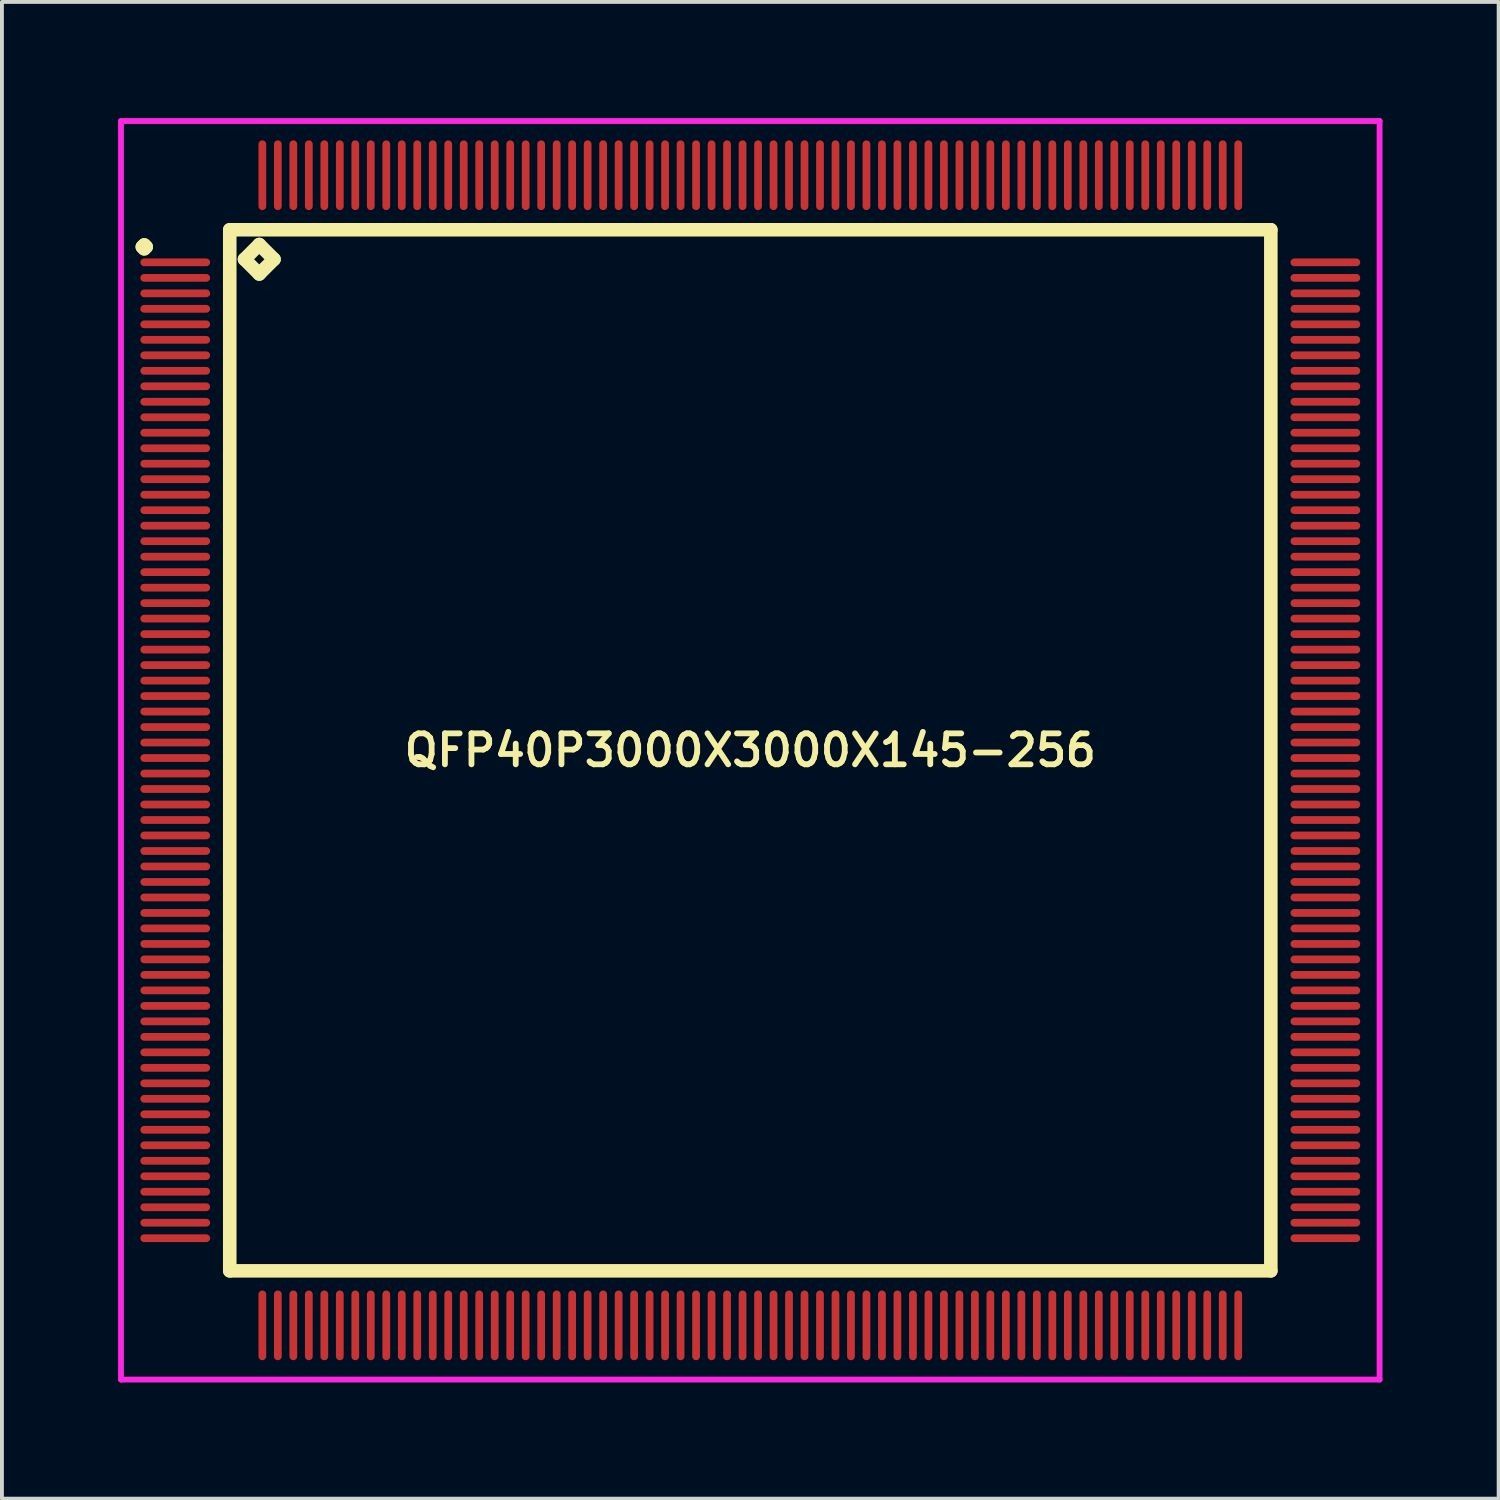
<source format=kicad_pcb>
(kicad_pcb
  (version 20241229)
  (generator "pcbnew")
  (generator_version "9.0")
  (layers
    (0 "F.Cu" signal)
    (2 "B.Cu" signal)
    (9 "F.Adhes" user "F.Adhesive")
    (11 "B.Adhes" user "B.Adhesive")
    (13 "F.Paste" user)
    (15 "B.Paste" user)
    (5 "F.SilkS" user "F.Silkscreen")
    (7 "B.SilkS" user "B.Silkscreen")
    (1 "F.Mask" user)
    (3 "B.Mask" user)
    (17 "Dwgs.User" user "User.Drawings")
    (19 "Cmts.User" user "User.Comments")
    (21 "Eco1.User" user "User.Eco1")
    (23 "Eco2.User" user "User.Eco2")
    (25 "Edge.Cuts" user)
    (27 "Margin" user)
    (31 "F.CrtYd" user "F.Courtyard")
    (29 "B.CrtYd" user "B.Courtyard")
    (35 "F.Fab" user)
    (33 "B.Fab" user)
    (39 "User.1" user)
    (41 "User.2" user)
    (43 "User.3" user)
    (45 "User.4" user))
  (footprint "QFP40P3000X3000X145-256"
    (layer "F.Cu")
    (at 16.325 16.325)
    (property "Reference" "QFP40P3000X3000X145-256" (at 0 0 0) (layer "F.SilkS") (effects (font (size 0.8 0.8) (thickness 0.15))))
    (attr through_hole)
    (fp_line (start -15.7 -13) (end -15.65 -13.05) (stroke (width 0.35) (type solid)) (layer "F.SilkS"))
    (fp_line (start -15.65 -13.05) (end -15.6 -13) (stroke (width 0.35) (type solid)) (layer "F.SilkS"))
    (fp_line (start -15.65 -12.95) (end -15.7 -13) (stroke (width 0.35) (type solid)) (layer "F.SilkS"))
    (fp_line (start -15.6 -13) (end -15.65 -12.95) (stroke (width 0.35) (type solid)) (layer "F.SilkS"))
    (fp_line (start -13.442 -13.442) (end -13.442 13.442) (stroke (width 0.35) (type solid)) (layer "F.SilkS"))
    (fp_line (start -13.442 13.442) (end 13.442 13.442) (stroke (width 0.35) (type solid)) (layer "F.SilkS"))
    (fp_line (start -13.061 -12.68) (end -12.68 -13.061) (stroke (width 0.35) (type solid)) (layer "F.SilkS"))
    (fp_line (start -12.68 -13.061) (end -12.299 -12.68) (stroke (width 0.35) (type solid)) (layer "F.SilkS"))
    (fp_line (start -12.68 -12.299) (end -13.061 -12.68) (stroke (width 0.35) (type solid)) (layer "F.SilkS"))
    (fp_line (start -12.299 -12.68) (end -12.68 -12.299) (stroke (width 0.35) (type solid)) (layer "F.SilkS"))
    (fp_line (start 13.442 -13.442) (end -13.442 -13.442) (stroke (width 0.35) (type solid)) (layer "F.SilkS"))
    (fp_line (start 13.442 13.442) (end 13.442 -13.442) (stroke (width 0.35) (type solid)) (layer "F.SilkS"))
    (fp_line (start -16.25 -16.25) (end 16.25 -16.25) (stroke (width 0.15) (type solid)) (layer "F.CrtYd"))
    (fp_line (start -16.25 16.25) (end -16.25 -16.25) (stroke (width 0.15) (type solid)) (layer "F.CrtYd"))
    (fp_line (start 16.25 -16.25) (end 16.25 16.25) (stroke (width 0.15) (type solid)) (layer "F.CrtYd"))
    (fp_line (start 16.25 16.25) (end -16.25 16.25) (stroke (width 0.15) (type solid)) (layer "F.CrtYd"))
    (pad "1" smd oval (at -14.85 -12.6) (size 1.8 0.2) (layers "F.Cu" "F.Mask" "F.Paste"))
    (pad "2" smd oval (at -14.85 -12.2) (size 1.8 0.2) (layers "F.Cu" "F.Mask" "F.Paste"))
    (pad "3" smd oval (at -14.85 -11.8) (size 1.8 0.2) (layers "F.Cu" "F.Mask" "F.Paste"))
    (pad "4" smd oval (at -14.85 -11.4) (size 1.8 0.2) (layers "F.Cu" "F.Mask" "F.Paste"))
    (pad "5" smd oval (at -14.85 -11) (size 1.8 0.2) (layers "F.Cu" "F.Mask" "F.Paste"))
    (pad "6" smd oval (at -14.85 -10.6) (size 1.8 0.2) (layers "F.Cu" "F.Mask" "F.Paste"))
    (pad "7" smd oval (at -14.85 -10.2) (size 1.8 0.2) (layers "F.Cu" "F.Mask" "F.Paste"))
    (pad "8" smd oval (at -14.85 -9.8) (size 1.8 0.2) (layers "F.Cu" "F.Mask" "F.Paste"))
    (pad "9" smd oval (at -14.85 -9.4) (size 1.8 0.2) (layers "F.Cu" "F.Mask" "F.Paste"))
    (pad "10" smd oval (at -14.85 -9) (size 1.8 0.2) (layers "F.Cu" "F.Mask" "F.Paste"))
    (pad "11" smd oval (at -14.85 -8.6) (size 1.8 0.2) (layers "F.Cu" "F.Mask" "F.Paste"))
    (pad "12" smd oval (at -14.85 -8.2) (size 1.8 0.2) (layers "F.Cu" "F.Mask" "F.Paste"))
    (pad "13" smd oval (at -14.85 -7.8) (size 1.8 0.2) (layers "F.Cu" "F.Mask" "F.Paste"))
    (pad "14" smd oval (at -14.85 -7.4) (size 1.8 0.2) (layers "F.Cu" "F.Mask" "F.Paste"))
    (pad "15" smd oval (at -14.85 -7) (size 1.8 0.2) (layers "F.Cu" "F.Mask" "F.Paste"))
    (pad "16" smd oval (at -14.85 -6.6) (size 1.8 0.2) (layers "F.Cu" "F.Mask" "F.Paste"))
    (pad "17" smd oval (at -14.85 -6.2) (size 1.8 0.2) (layers "F.Cu" "F.Mask" "F.Paste"))
    (pad "18" smd oval (at -14.85 -5.8) (size 1.8 0.2) (layers "F.Cu" "F.Mask" "F.Paste"))
    (pad "19" smd oval (at -14.85 -5.4) (size 1.8 0.2) (layers "F.Cu" "F.Mask" "F.Paste"))
    (pad "20" smd oval (at -14.85 -5) (size 1.8 0.2) (layers "F.Cu" "F.Mask" "F.Paste"))
    (pad "21" smd oval (at -14.85 -4.6) (size 1.8 0.2) (layers "F.Cu" "F.Mask" "F.Paste"))
    (pad "22" smd oval (at -14.85 -4.2) (size 1.8 0.2) (layers "F.Cu" "F.Mask" "F.Paste"))
    (pad "23" smd oval (at -14.85 -3.8) (size 1.8 0.2) (layers "F.Cu" "F.Mask" "F.Paste"))
    (pad "24" smd oval (at -14.85 -3.4) (size 1.8 0.2) (layers "F.Cu" "F.Mask" "F.Paste"))
    (pad "25" smd oval (at -14.85 -3) (size 1.8 0.2) (layers "F.Cu" "F.Mask" "F.Paste"))
    (pad "26" smd oval (at -14.85 -2.6) (size 1.8 0.2) (layers "F.Cu" "F.Mask" "F.Paste"))
    (pad "27" smd oval (at -14.85 -2.2) (size 1.8 0.2) (layers "F.Cu" "F.Mask" "F.Paste"))
    (pad "28" smd oval (at -14.85 -1.8) (size 1.8 0.2) (layers "F.Cu" "F.Mask" "F.Paste"))
    (pad "29" smd oval (at -14.85 -1.4) (size 1.8 0.2) (layers "F.Cu" "F.Mask" "F.Paste"))
    (pad "30" smd oval (at -14.85 -1) (size 1.8 0.2) (layers "F.Cu" "F.Mask" "F.Paste"))
    (pad "31" smd oval (at -14.85 -0.6) (size 1.8 0.2) (layers "F.Cu" "F.Mask" "F.Paste"))
    (pad "32" smd oval (at -14.85 -0.2) (size 1.8 0.2) (layers "F.Cu" "F.Mask" "F.Paste"))
    (pad "33" smd oval (at -14.85 0.2) (size 1.8 0.2) (layers "F.Cu" "F.Mask" "F.Paste"))
    (pad "34" smd oval (at -14.85 0.6) (size 1.8 0.2) (layers "F.Cu" "F.Mask" "F.Paste"))
    (pad "35" smd oval (at -14.85 1) (size 1.8 0.2) (layers "F.Cu" "F.Mask" "F.Paste"))
    (pad "36" smd oval (at -14.85 1.4) (size 1.8 0.2) (layers "F.Cu" "F.Mask" "F.Paste"))
    (pad "37" smd oval (at -14.85 1.8) (size 1.8 0.2) (layers "F.Cu" "F.Mask" "F.Paste"))
    (pad "38" smd oval (at -14.85 2.2) (size 1.8 0.2) (layers "F.Cu" "F.Mask" "F.Paste"))
    (pad "39" smd oval (at -14.85 2.6) (size 1.8 0.2) (layers "F.Cu" "F.Mask" "F.Paste"))
    (pad "40" smd oval (at -14.85 3) (size 1.8 0.2) (layers "F.Cu" "F.Mask" "F.Paste"))
    (pad "41" smd oval (at -14.85 3.4) (size 1.8 0.2) (layers "F.Cu" "F.Mask" "F.Paste"))
    (pad "42" smd oval (at -14.85 3.8) (size 1.8 0.2) (layers "F.Cu" "F.Mask" "F.Paste"))
    (pad "43" smd oval (at -14.85 4.2) (size 1.8 0.2) (layers "F.Cu" "F.Mask" "F.Paste"))
    (pad "44" smd oval (at -14.85 4.6) (size 1.8 0.2) (layers "F.Cu" "F.Mask" "F.Paste"))
    (pad "45" smd oval (at -14.85 5) (size 1.8 0.2) (layers "F.Cu" "F.Mask" "F.Paste"))
    (pad "46" smd oval (at -14.85 5.4) (size 1.8 0.2) (layers "F.Cu" "F.Mask" "F.Paste"))
    (pad "47" smd oval (at -14.85 5.8) (size 1.8 0.2) (layers "F.Cu" "F.Mask" "F.Paste"))
    (pad "48" smd oval (at -14.85 6.2) (size 1.8 0.2) (layers "F.Cu" "F.Mask" "F.Paste"))
    (pad "49" smd oval (at -14.85 6.6) (size 1.8 0.2) (layers "F.Cu" "F.Mask" "F.Paste"))
    (pad "50" smd oval (at -14.85 7) (size 1.8 0.2) (layers "F.Cu" "F.Mask" "F.Paste"))
    (pad "51" smd oval (at -14.85 7.4) (size 1.8 0.2) (layers "F.Cu" "F.Mask" "F.Paste"))
    (pad "52" smd oval (at -14.85 7.8) (size 1.8 0.2) (layers "F.Cu" "F.Mask" "F.Paste"))
    (pad "53" smd oval (at -14.85 8.2) (size 1.8 0.2) (layers "F.Cu" "F.Mask" "F.Paste"))
    (pad "54" smd oval (at -14.85 8.6) (size 1.8 0.2) (layers "F.Cu" "F.Mask" "F.Paste"))
    (pad "55" smd oval (at -14.85 9) (size 1.8 0.2) (layers "F.Cu" "F.Mask" "F.Paste"))
    (pad "56" smd oval (at -14.85 9.4) (size 1.8 0.2) (layers "F.Cu" "F.Mask" "F.Paste"))
    (pad "57" smd oval (at -14.85 9.8) (size 1.8 0.2) (layers "F.Cu" "F.Mask" "F.Paste"))
    (pad "58" smd oval (at -14.85 10.2) (size 1.8 0.2) (layers "F.Cu" "F.Mask" "F.Paste"))
    (pad "59" smd oval (at -14.85 10.6) (size 1.8 0.2) (layers "F.Cu" "F.Mask" "F.Paste"))
    (pad "60" smd oval (at -14.85 11) (size 1.8 0.2) (layers "F.Cu" "F.Mask" "F.Paste"))
    (pad "61" smd oval (at -14.85 11.4) (size 1.8 0.2) (layers "F.Cu" "F.Mask" "F.Paste"))
    (pad "62" smd oval (at -14.85 11.8) (size 1.8 0.2) (layers "F.Cu" "F.Mask" "F.Paste"))
    (pad "63" smd oval (at -14.85 12.2) (size 1.8 0.2) (layers "F.Cu" "F.Mask" "F.Paste"))
    (pad "64" smd oval (at -14.85 12.6) (size 1.8 0.2) (layers "F.Cu" "F.Mask" "F.Paste"))
    (pad "65" smd oval (at -12.6 14.85) (size 0.2 1.8) (layers "F.Cu" "F.Mask" "F.Paste"))
    (pad "66" smd oval (at -12.2 14.85) (size 0.2 1.8) (layers "F.Cu" "F.Mask" "F.Paste"))
    (pad "67" smd oval (at -11.8 14.85) (size 0.2 1.8) (layers "F.Cu" "F.Mask" "F.Paste"))
    (pad "68" smd oval (at -11.4 14.85) (size 0.2 1.8) (layers "F.Cu" "F.Mask" "F.Paste"))
    (pad "69" smd oval (at -11 14.85) (size 0.2 1.8) (layers "F.Cu" "F.Mask" "F.Paste"))
    (pad "70" smd oval (at -10.6 14.85) (size 0.2 1.8) (layers "F.Cu" "F.Mask" "F.Paste"))
    (pad "71" smd oval (at -10.2 14.85) (size 0.2 1.8) (layers "F.Cu" "F.Mask" "F.Paste"))
    (pad "72" smd oval (at -9.8 14.85) (size 0.2 1.8) (layers "F.Cu" "F.Mask" "F.Paste"))
    (pad "73" smd oval (at -9.4 14.85) (size 0.2 1.8) (layers "F.Cu" "F.Mask" "F.Paste"))
    (pad "74" smd oval (at -9 14.85) (size 0.2 1.8) (layers "F.Cu" "F.Mask" "F.Paste"))
    (pad "75" smd oval (at -8.6 14.85) (size 0.2 1.8) (layers "F.Cu" "F.Mask" "F.Paste"))
    (pad "76" smd oval (at -8.2 14.85) (size 0.2 1.8) (layers "F.Cu" "F.Mask" "F.Paste"))
    (pad "77" smd oval (at -7.8 14.85) (size 0.2 1.8) (layers "F.Cu" "F.Mask" "F.Paste"))
    (pad "78" smd oval (at -7.4 14.85) (size 0.2 1.8) (layers "F.Cu" "F.Mask" "F.Paste"))
    (pad "79" smd oval (at -7 14.85) (size 0.2 1.8) (layers "F.Cu" "F.Mask" "F.Paste"))
    (pad "80" smd oval (at -6.6 14.85) (size 0.2 1.8) (layers "F.Cu" "F.Mask" "F.Paste"))
    (pad "81" smd oval (at -6.2 14.85) (size 0.2 1.8) (layers "F.Cu" "F.Mask" "F.Paste"))
    (pad "82" smd oval (at -5.8 14.85) (size 0.2 1.8) (layers "F.Cu" "F.Mask" "F.Paste"))
    (pad "83" smd oval (at -5.4 14.85) (size 0.2 1.8) (layers "F.Cu" "F.Mask" "F.Paste"))
    (pad "84" smd oval (at -5 14.85) (size 0.2 1.8) (layers "F.Cu" "F.Mask" "F.Paste"))
    (pad "85" smd oval (at -4.6 14.85) (size 0.2 1.8) (layers "F.Cu" "F.Mask" "F.Paste"))
    (pad "86" smd oval (at -4.2 14.85) (size 0.2 1.8) (layers "F.Cu" "F.Mask" "F.Paste"))
    (pad "87" smd oval (at -3.8 14.85) (size 0.2 1.8) (layers "F.Cu" "F.Mask" "F.Paste"))
    (pad "88" smd oval (at -3.4 14.85) (size 0.2 1.8) (layers "F.Cu" "F.Mask" "F.Paste"))
    (pad "89" smd oval (at -3 14.85) (size 0.2 1.8) (layers "F.Cu" "F.Mask" "F.Paste"))
    (pad "90" smd oval (at -2.6 14.85) (size 0.2 1.8) (layers "F.Cu" "F.Mask" "F.Paste"))
    (pad "91" smd oval (at -2.2 14.85) (size 0.2 1.8) (layers "F.Cu" "F.Mask" "F.Paste"))
    (pad "92" smd oval (at -1.8 14.85) (size 0.2 1.8) (layers "F.Cu" "F.Mask" "F.Paste"))
    (pad "93" smd oval (at -1.4 14.85) (size 0.2 1.8) (layers "F.Cu" "F.Mask" "F.Paste"))
    (pad "94" smd oval (at -1 14.85) (size 0.2 1.8) (layers "F.Cu" "F.Mask" "F.Paste"))
    (pad "95" smd oval (at -0.6 14.85) (size 0.2 1.8) (layers "F.Cu" "F.Mask" "F.Paste"))
    (pad "96" smd oval (at -0.2 14.85) (size 0.2 1.8) (layers "F.Cu" "F.Mask" "F.Paste"))
    (pad "97" smd oval (at 0.2 14.85) (size 0.2 1.8) (layers "F.Cu" "F.Mask" "F.Paste"))
    (pad "98" smd oval (at 0.6 14.85) (size 0.2 1.8) (layers "F.Cu" "F.Mask" "F.Paste"))
    (pad "99" smd oval (at 1 14.85) (size 0.2 1.8) (layers "F.Cu" "F.Mask" "F.Paste"))
    (pad "100" smd oval (at 1.4 14.85) (size 0.2 1.8) (layers "F.Cu" "F.Mask" "F.Paste"))
    (pad "101" smd oval (at 1.8 14.85) (size 0.2 1.8) (layers "F.Cu" "F.Mask" "F.Paste"))
    (pad "102" smd oval (at 2.2 14.85) (size 0.2 1.8) (layers "F.Cu" "F.Mask" "F.Paste"))
    (pad "103" smd oval (at 2.6 14.85) (size 0.2 1.8) (layers "F.Cu" "F.Mask" "F.Paste"))
    (pad "104" smd oval (at 3 14.85) (size 0.2 1.8) (layers "F.Cu" "F.Mask" "F.Paste"))
    (pad "105" smd oval (at 3.4 14.85) (size 0.2 1.8) (layers "F.Cu" "F.Mask" "F.Paste"))
    (pad "106" smd oval (at 3.8 14.85) (size 0.2 1.8) (layers "F.Cu" "F.Mask" "F.Paste"))
    (pad "107" smd oval (at 4.2 14.85) (size 0.2 1.8) (layers "F.Cu" "F.Mask" "F.Paste"))
    (pad "108" smd oval (at 4.6 14.85) (size 0.2 1.8) (layers "F.Cu" "F.Mask" "F.Paste"))
    (pad "109" smd oval (at 5 14.85) (size 0.2 1.8) (layers "F.Cu" "F.Mask" "F.Paste"))
    (pad "110" smd oval (at 5.4 14.85) (size 0.2 1.8) (layers "F.Cu" "F.Mask" "F.Paste"))
    (pad "111" smd oval (at 5.8 14.85) (size 0.2 1.8) (layers "F.Cu" "F.Mask" "F.Paste"))
    (pad "112" smd oval (at 6.2 14.85) (size 0.2 1.8) (layers "F.Cu" "F.Mask" "F.Paste"))
    (pad "113" smd oval (at 6.6 14.85) (size 0.2 1.8) (layers "F.Cu" "F.Mask" "F.Paste"))
    (pad "114" smd oval (at 7 14.85) (size 0.2 1.8) (layers "F.Cu" "F.Mask" "F.Paste"))
    (pad "115" smd oval (at 7.4 14.85) (size 0.2 1.8) (layers "F.Cu" "F.Mask" "F.Paste"))
    (pad "116" smd oval (at 7.8 14.85) (size 0.2 1.8) (layers "F.Cu" "F.Mask" "F.Paste"))
    (pad "117" smd oval (at 8.2 14.85) (size 0.2 1.8) (layers "F.Cu" "F.Mask" "F.Paste"))
    (pad "118" smd oval (at 8.6 14.85) (size 0.2 1.8) (layers "F.Cu" "F.Mask" "F.Paste"))
    (pad "119" smd oval (at 9 14.85) (size 0.2 1.8) (layers "F.Cu" "F.Mask" "F.Paste"))
    (pad "120" smd oval (at 9.4 14.85) (size 0.2 1.8) (layers "F.Cu" "F.Mask" "F.Paste"))
    (pad "121" smd oval (at 9.8 14.85) (size 0.2 1.8) (layers "F.Cu" "F.Mask" "F.Paste"))
    (pad "122" smd oval (at 10.2 14.85) (size 0.2 1.8) (layers "F.Cu" "F.Mask" "F.Paste"))
    (pad "123" smd oval (at 10.6 14.85) (size 0.2 1.8) (layers "F.Cu" "F.Mask" "F.Paste"))
    (pad "124" smd oval (at 11 14.85) (size 0.2 1.8) (layers "F.Cu" "F.Mask" "F.Paste"))
    (pad "125" smd oval (at 11.4 14.85) (size 0.2 1.8) (layers "F.Cu" "F.Mask" "F.Paste"))
    (pad "126" smd oval (at 11.8 14.85) (size 0.2 1.8) (layers "F.Cu" "F.Mask" "F.Paste"))
    (pad "127" smd oval (at 12.2 14.85) (size 0.2 1.8) (layers "F.Cu" "F.Mask" "F.Paste"))
    (pad "128" smd oval (at 12.6 14.85) (size 0.2 1.8) (layers "F.Cu" "F.Mask" "F.Paste"))
    (pad "129" smd oval (at 14.85 12.6) (size 1.8 0.2) (layers "F.Cu" "F.Mask" "F.Paste"))
    (pad "130" smd oval (at 14.85 12.2) (size 1.8 0.2) (layers "F.Cu" "F.Mask" "F.Paste"))
    (pad "131" smd oval (at 14.85 11.8) (size 1.8 0.2) (layers "F.Cu" "F.Mask" "F.Paste"))
    (pad "132" smd oval (at 14.85 11.4) (size 1.8 0.2) (layers "F.Cu" "F.Mask" "F.Paste"))
    (pad "133" smd oval (at 14.85 11) (size 1.8 0.2) (layers "F.Cu" "F.Mask" "F.Paste"))
    (pad "134" smd oval (at 14.85 10.6) (size 1.8 0.2) (layers "F.Cu" "F.Mask" "F.Paste"))
    (pad "135" smd oval (at 14.85 10.2) (size 1.8 0.2) (layers "F.Cu" "F.Mask" "F.Paste"))
    (pad "136" smd oval (at 14.85 9.8) (size 1.8 0.2) (layers "F.Cu" "F.Mask" "F.Paste"))
    (pad "137" smd oval (at 14.85 9.4) (size 1.8 0.2) (layers "F.Cu" "F.Mask" "F.Paste"))
    (pad "138" smd oval (at 14.85 9) (size 1.8 0.2) (layers "F.Cu" "F.Mask" "F.Paste"))
    (pad "139" smd oval (at 14.85 8.6) (size 1.8 0.2) (layers "F.Cu" "F.Mask" "F.Paste"))
    (pad "140" smd oval (at 14.85 8.2) (size 1.8 0.2) (layers "F.Cu" "F.Mask" "F.Paste"))
    (pad "141" smd oval (at 14.85 7.8) (size 1.8 0.2) (layers "F.Cu" "F.Mask" "F.Paste"))
    (pad "142" smd oval (at 14.85 7.4) (size 1.8 0.2) (layers "F.Cu" "F.Mask" "F.Paste"))
    (pad "143" smd oval (at 14.85 7) (size 1.8 0.2) (layers "F.Cu" "F.Mask" "F.Paste"))
    (pad "144" smd oval (at 14.85 6.6) (size 1.8 0.2) (layers "F.Cu" "F.Mask" "F.Paste"))
    (pad "145" smd oval (at 14.85 6.2) (size 1.8 0.2) (layers "F.Cu" "F.Mask" "F.Paste"))
    (pad "146" smd oval (at 14.85 5.8) (size 1.8 0.2) (layers "F.Cu" "F.Mask" "F.Paste"))
    (pad "147" smd oval (at 14.85 5.4) (size 1.8 0.2) (layers "F.Cu" "F.Mask" "F.Paste"))
    (pad "148" smd oval (at 14.85 5) (size 1.8 0.2) (layers "F.Cu" "F.Mask" "F.Paste"))
    (pad "149" smd oval (at 14.85 4.6) (size 1.8 0.2) (layers "F.Cu" "F.Mask" "F.Paste"))
    (pad "150" smd oval (at 14.85 4.2) (size 1.8 0.2) (layers "F.Cu" "F.Mask" "F.Paste"))
    (pad "151" smd oval (at 14.85 3.8) (size 1.8 0.2) (layers "F.Cu" "F.Mask" "F.Paste"))
    (pad "152" smd oval (at 14.85 3.4) (size 1.8 0.2) (layers "F.Cu" "F.Mask" "F.Paste"))
    (pad "153" smd oval (at 14.85 3) (size 1.8 0.2) (layers "F.Cu" "F.Mask" "F.Paste"))
    (pad "154" smd oval (at 14.85 2.6) (size 1.8 0.2) (layers "F.Cu" "F.Mask" "F.Paste"))
    (pad "155" smd oval (at 14.85 2.2) (size 1.8 0.2) (layers "F.Cu" "F.Mask" "F.Paste"))
    (pad "156" smd oval (at 14.85 1.8) (size 1.8 0.2) (layers "F.Cu" "F.Mask" "F.Paste"))
    (pad "157" smd oval (at 14.85 1.4) (size 1.8 0.2) (layers "F.Cu" "F.Mask" "F.Paste"))
    (pad "158" smd oval (at 14.85 1) (size 1.8 0.2) (layers "F.Cu" "F.Mask" "F.Paste"))
    (pad "159" smd oval (at 14.85 0.6) (size 1.8 0.2) (layers "F.Cu" "F.Mask" "F.Paste"))
    (pad "160" smd oval (at 14.85 0.2) (size 1.8 0.2) (layers "F.Cu" "F.Mask" "F.Paste"))
    (pad "161" smd oval (at 14.85 -0.2) (size 1.8 0.2) (layers "F.Cu" "F.Mask" "F.Paste"))
    (pad "162" smd oval (at 14.85 -0.6) (size 1.8 0.2) (layers "F.Cu" "F.Mask" "F.Paste"))
    (pad "163" smd oval (at 14.85 -1) (size 1.8 0.2) (layers "F.Cu" "F.Mask" "F.Paste"))
    (pad "164" smd oval (at 14.85 -1.4) (size 1.8 0.2) (layers "F.Cu" "F.Mask" "F.Paste"))
    (pad "165" smd oval (at 14.85 -1.8) (size 1.8 0.2) (layers "F.Cu" "F.Mask" "F.Paste"))
    (pad "166" smd oval (at 14.85 -2.2) (size 1.8 0.2) (layers "F.Cu" "F.Mask" "F.Paste"))
    (pad "167" smd oval (at 14.85 -2.6) (size 1.8 0.2) (layers "F.Cu" "F.Mask" "F.Paste"))
    (pad "168" smd oval (at 14.85 -3) (size 1.8 0.2) (layers "F.Cu" "F.Mask" "F.Paste"))
    (pad "169" smd oval (at 14.85 -3.4) (size 1.8 0.2) (layers "F.Cu" "F.Mask" "F.Paste"))
    (pad "170" smd oval (at 14.85 -3.8) (size 1.8 0.2) (layers "F.Cu" "F.Mask" "F.Paste"))
    (pad "171" smd oval (at 14.85 -4.2) (size 1.8 0.2) (layers "F.Cu" "F.Mask" "F.Paste"))
    (pad "172" smd oval (at 14.85 -4.6) (size 1.8 0.2) (layers "F.Cu" "F.Mask" "F.Paste"))
    (pad "173" smd oval (at 14.85 -5) (size 1.8 0.2) (layers "F.Cu" "F.Mask" "F.Paste"))
    (pad "174" smd oval (at 14.85 -5.4) (size 1.8 0.2) (layers "F.Cu" "F.Mask" "F.Paste"))
    (pad "175" smd oval (at 14.85 -5.8) (size 1.8 0.2) (layers "F.Cu" "F.Mask" "F.Paste"))
    (pad "176" smd oval (at 14.85 -6.2) (size 1.8 0.2) (layers "F.Cu" "F.Mask" "F.Paste"))
    (pad "177" smd oval (at 14.85 -6.6) (size 1.8 0.2) (layers "F.Cu" "F.Mask" "F.Paste"))
    (pad "178" smd oval (at 14.85 -7) (size 1.8 0.2) (layers "F.Cu" "F.Mask" "F.Paste"))
    (pad "179" smd oval (at 14.85 -7.4) (size 1.8 0.2) (layers "F.Cu" "F.Mask" "F.Paste"))
    (pad "180" smd oval (at 14.85 -7.8) (size 1.8 0.2) (layers "F.Cu" "F.Mask" "F.Paste"))
    (pad "181" smd oval (at 14.85 -8.2) (size 1.8 0.2) (layers "F.Cu" "F.Mask" "F.Paste"))
    (pad "182" smd oval (at 14.85 -8.6) (size 1.8 0.2) (layers "F.Cu" "F.Mask" "F.Paste"))
    (pad "183" smd oval (at 14.85 -9) (size 1.8 0.2) (layers "F.Cu" "F.Mask" "F.Paste"))
    (pad "184" smd oval (at 14.85 -9.4) (size 1.8 0.2) (layers "F.Cu" "F.Mask" "F.Paste"))
    (pad "185" smd oval (at 14.85 -9.8) (size 1.8 0.2) (layers "F.Cu" "F.Mask" "F.Paste"))
    (pad "186" smd oval (at 14.85 -10.2) (size 1.8 0.2) (layers "F.Cu" "F.Mask" "F.Paste"))
    (pad "187" smd oval (at 14.85 -10.6) (size 1.8 0.2) (layers "F.Cu" "F.Mask" "F.Paste"))
    (pad "188" smd oval (at 14.85 -11) (size 1.8 0.2) (layers "F.Cu" "F.Mask" "F.Paste"))
    (pad "189" smd oval (at 14.85 -11.4) (size 1.8 0.2) (layers "F.Cu" "F.Mask" "F.Paste"))
    (pad "190" smd oval (at 14.85 -11.8) (size 1.8 0.2) (layers "F.Cu" "F.Mask" "F.Paste"))
    (pad "191" smd oval (at 14.85 -12.2) (size 1.8 0.2) (layers "F.Cu" "F.Mask" "F.Paste"))
    (pad "192" smd oval (at 14.85 -12.6) (size 1.8 0.2) (layers "F.Cu" "F.Mask" "F.Paste"))
    (pad "193" smd oval (at 12.6 -14.85) (size 0.2 1.8) (layers "F.Cu" "F.Mask" "F.Paste"))
    (pad "194" smd oval (at 12.2 -14.85) (size 0.2 1.8) (layers "F.Cu" "F.Mask" "F.Paste"))
    (pad "195" smd oval (at 11.8 -14.85) (size 0.2 1.8) (layers "F.Cu" "F.Mask" "F.Paste"))
    (pad "196" smd oval (at 11.4 -14.85) (size 0.2 1.8) (layers "F.Cu" "F.Mask" "F.Paste"))
    (pad "197" smd oval (at 11 -14.85) (size 0.2 1.8) (layers "F.Cu" "F.Mask" "F.Paste"))
    (pad "198" smd oval (at 10.6 -14.85) (size 0.2 1.8) (layers "F.Cu" "F.Mask" "F.Paste"))
    (pad "199" smd oval (at 10.2 -14.85) (size 0.2 1.8) (layers "F.Cu" "F.Mask" "F.Paste"))
    (pad "200" smd oval (at 9.8 -14.85) (size 0.2 1.8) (layers "F.Cu" "F.Mask" "F.Paste"))
    (pad "201" smd oval (at 9.4 -14.85) (size 0.2 1.8) (layers "F.Cu" "F.Mask" "F.Paste"))
    (pad "202" smd oval (at 9 -14.85) (size 0.2 1.8) (layers "F.Cu" "F.Mask" "F.Paste"))
    (pad "203" smd oval (at 8.6 -14.85) (size 0.2 1.8) (layers "F.Cu" "F.Mask" "F.Paste"))
    (pad "204" smd oval (at 8.2 -14.85) (size 0.2 1.8) (layers "F.Cu" "F.Mask" "F.Paste"))
    (pad "205" smd oval (at 7.8 -14.85) (size 0.2 1.8) (layers "F.Cu" "F.Mask" "F.Paste"))
    (pad "206" smd oval (at 7.4 -14.85) (size 0.2 1.8) (layers "F.Cu" "F.Mask" "F.Paste"))
    (pad "207" smd oval (at 7 -14.85) (size 0.2 1.8) (layers "F.Cu" "F.Mask" "F.Paste"))
    (pad "208" smd oval (at 6.6 -14.85) (size 0.2 1.8) (layers "F.Cu" "F.Mask" "F.Paste"))
    (pad "209" smd oval (at 6.2 -14.85) (size 0.2 1.8) (layers "F.Cu" "F.Mask" "F.Paste"))
    (pad "210" smd oval (at 5.8 -14.85) (size 0.2 1.8) (layers "F.Cu" "F.Mask" "F.Paste"))
    (pad "211" smd oval (at 5.4 -14.85) (size 0.2 1.8) (layers "F.Cu" "F.Mask" "F.Paste"))
    (pad "212" smd oval (at 5 -14.85) (size 0.2 1.8) (layers "F.Cu" "F.Mask" "F.Paste"))
    (pad "213" smd oval (at 4.6 -14.85) (size 0.2 1.8) (layers "F.Cu" "F.Mask" "F.Paste"))
    (pad "214" smd oval (at 4.2 -14.85) (size 0.2 1.8) (layers "F.Cu" "F.Mask" "F.Paste"))
    (pad "215" smd oval (at 3.8 -14.85) (size 0.2 1.8) (layers "F.Cu" "F.Mask" "F.Paste"))
    (pad "216" smd oval (at 3.4 -14.85) (size 0.2 1.8) (layers "F.Cu" "F.Mask" "F.Paste"))
    (pad "217" smd oval (at 3 -14.85) (size 0.2 1.8) (layers "F.Cu" "F.Mask" "F.Paste"))
    (pad "218" smd oval (at 2.6 -14.85) (size 0.2 1.8) (layers "F.Cu" "F.Mask" "F.Paste"))
    (pad "219" smd oval (at 2.2 -14.85) (size 0.2 1.8) (layers "F.Cu" "F.Mask" "F.Paste"))
    (pad "220" smd oval (at 1.8 -14.85) (size 0.2 1.8) (layers "F.Cu" "F.Mask" "F.Paste"))
    (pad "221" smd oval (at 1.4 -14.85) (size 0.2 1.8) (layers "F.Cu" "F.Mask" "F.Paste"))
    (pad "222" smd oval (at 1 -14.85) (size 0.2 1.8) (layers "F.Cu" "F.Mask" "F.Paste"))
    (pad "223" smd oval (at 0.6 -14.85) (size 0.2 1.8) (layers "F.Cu" "F.Mask" "F.Paste"))
    (pad "224" smd oval (at 0.2 -14.85) (size 0.2 1.8) (layers "F.Cu" "F.Mask" "F.Paste"))
    (pad "225" smd oval (at -0.2 -14.85) (size 0.2 1.8) (layers "F.Cu" "F.Mask" "F.Paste"))
    (pad "226" smd oval (at -0.6 -14.85) (size 0.2 1.8) (layers "F.Cu" "F.Mask" "F.Paste"))
    (pad "227" smd oval (at -1 -14.85) (size 0.2 1.8) (layers "F.Cu" "F.Mask" "F.Paste"))
    (pad "228" smd oval (at -1.4 -14.85) (size 0.2 1.8) (layers "F.Cu" "F.Mask" "F.Paste"))
    (pad "229" smd oval (at -1.8 -14.85) (size 0.2 1.8) (layers "F.Cu" "F.Mask" "F.Paste"))
    (pad "230" smd oval (at -2.2 -14.85) (size 0.2 1.8) (layers "F.Cu" "F.Mask" "F.Paste"))
    (pad "231" smd oval (at -2.6 -14.85) (size 0.2 1.8) (layers "F.Cu" "F.Mask" "F.Paste"))
    (pad "232" smd oval (at -3 -14.85) (size 0.2 1.8) (layers "F.Cu" "F.Mask" "F.Paste"))
    (pad "233" smd oval (at -3.4 -14.85) (size 0.2 1.8) (layers "F.Cu" "F.Mask" "F.Paste"))
    (pad "234" smd oval (at -3.8 -14.85) (size 0.2 1.8) (layers "F.Cu" "F.Mask" "F.Paste"))
    (pad "235" smd oval (at -4.2 -14.85) (size 0.2 1.8) (layers "F.Cu" "F.Mask" "F.Paste"))
    (pad "236" smd oval (at -4.6 -14.85) (size 0.2 1.8) (layers "F.Cu" "F.Mask" "F.Paste"))
    (pad "237" smd oval (at -5 -14.85) (size 0.2 1.8) (layers "F.Cu" "F.Mask" "F.Paste"))
    (pad "238" smd oval (at -5.4 -14.85) (size 0.2 1.8) (layers "F.Cu" "F.Mask" "F.Paste"))
    (pad "239" smd oval (at -5.8 -14.85) (size 0.2 1.8) (layers "F.Cu" "F.Mask" "F.Paste"))
    (pad "240" smd oval (at -6.2 -14.85) (size 0.2 1.8) (layers "F.Cu" "F.Mask" "F.Paste"))
    (pad "241" smd oval (at -6.6 -14.85) (size 0.2 1.8) (layers "F.Cu" "F.Mask" "F.Paste"))
    (pad "242" smd oval (at -7 -14.85) (size 0.2 1.8) (layers "F.Cu" "F.Mask" "F.Paste"))
    (pad "243" smd oval (at -7.4 -14.85) (size 0.2 1.8) (layers "F.Cu" "F.Mask" "F.Paste"))
    (pad "244" smd oval (at -7.8 -14.85) (size 0.2 1.8) (layers "F.Cu" "F.Mask" "F.Paste"))
    (pad "245" smd oval (at -8.2 -14.85) (size 0.2 1.8) (layers "F.Cu" "F.Mask" "F.Paste"))
    (pad "246" smd oval (at -8.6 -14.85) (size 0.2 1.8) (layers "F.Cu" "F.Mask" "F.Paste"))
    (pad "247" smd oval (at -9 -14.85) (size 0.2 1.8) (layers "F.Cu" "F.Mask" "F.Paste"))
    (pad "248" smd oval (at -9.4 -14.85) (size 0.2 1.8) (layers "F.Cu" "F.Mask" "F.Paste"))
    (pad "249" smd oval (at -9.8 -14.85) (size 0.2 1.8) (layers "F.Cu" "F.Mask" "F.Paste"))
    (pad "250" smd oval (at -10.2 -14.85) (size 0.2 1.8) (layers "F.Cu" "F.Mask" "F.Paste"))
    (pad "251" smd oval (at -10.6 -14.85) (size 0.2 1.8) (layers "F.Cu" "F.Mask" "F.Paste"))
    (pad "252" smd oval (at -11 -14.85) (size 0.2 1.8) (layers "F.Cu" "F.Mask" "F.Paste"))
    (pad "253" smd oval (at -11.4 -14.85) (size 0.2 1.8) (layers "F.Cu" "F.Mask" "F.Paste"))
    (pad "254" smd oval (at -11.8 -14.85) (size 0.2 1.8) (layers "F.Cu" "F.Mask" "F.Paste"))
    (pad "255" smd oval (at -12.2 -14.85) (size 0.2 1.8) (layers "F.Cu" "F.Mask" "F.Paste"))
    (pad "256" smd oval (at -12.6 -14.85) (size 0.2 1.8) (layers "F.Cu" "F.Mask" "F.Paste")))
  (gr_rect
    (start -3 -3)
    (end 35.65 35.65)
    (stroke (width 0.1) (type default))
    (fill no)
    (layer "Edge.Cuts")))
</source>
